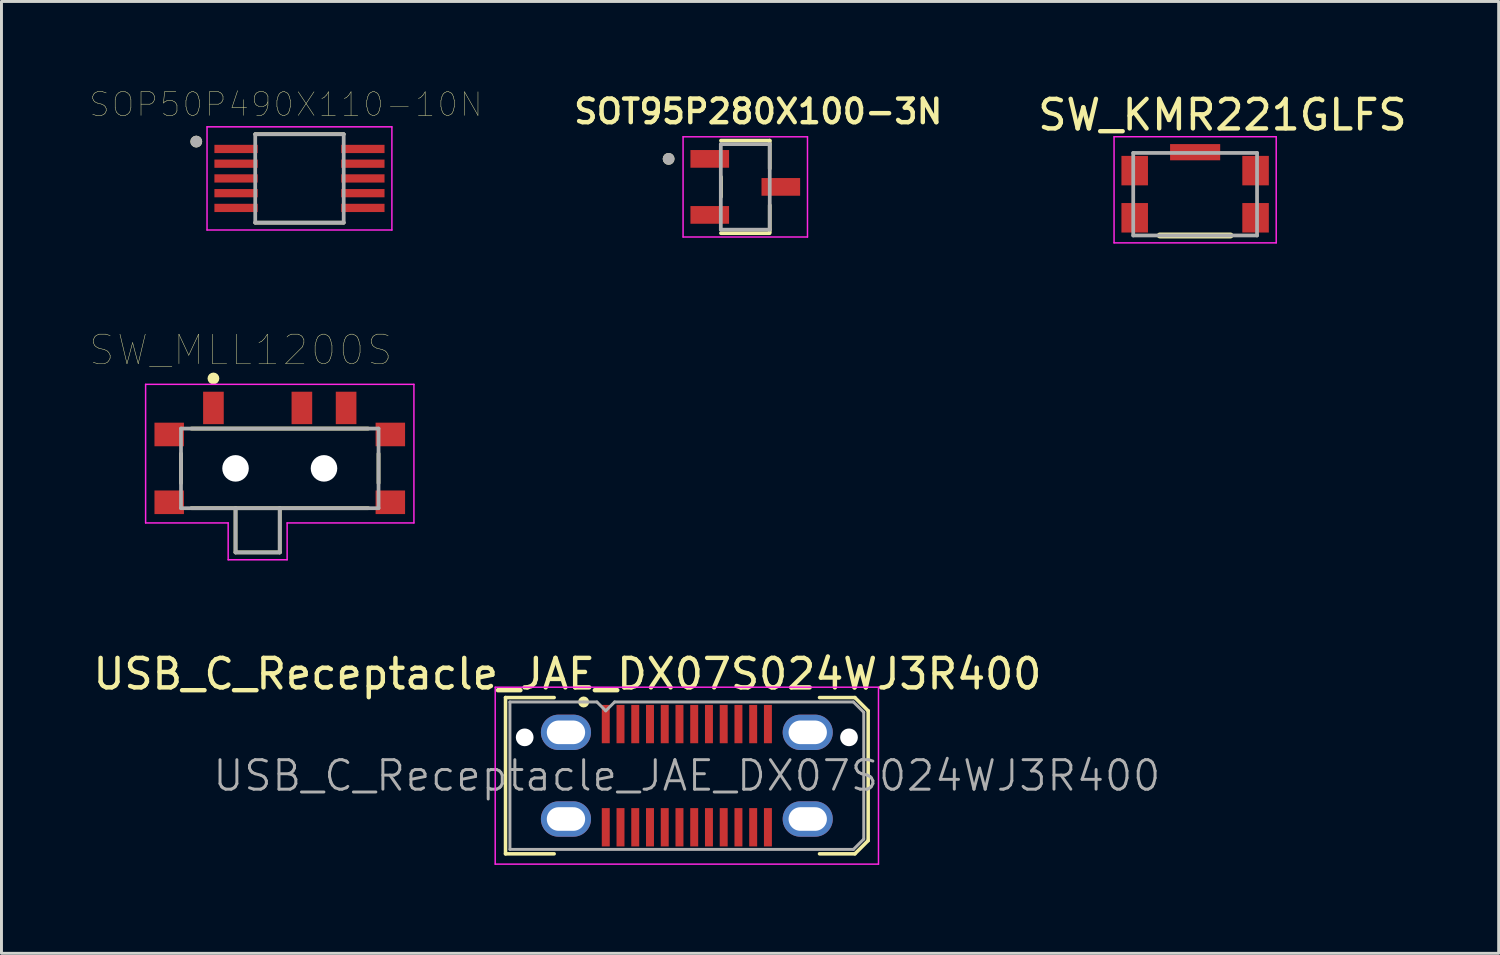
<source format=kicad_pcb>
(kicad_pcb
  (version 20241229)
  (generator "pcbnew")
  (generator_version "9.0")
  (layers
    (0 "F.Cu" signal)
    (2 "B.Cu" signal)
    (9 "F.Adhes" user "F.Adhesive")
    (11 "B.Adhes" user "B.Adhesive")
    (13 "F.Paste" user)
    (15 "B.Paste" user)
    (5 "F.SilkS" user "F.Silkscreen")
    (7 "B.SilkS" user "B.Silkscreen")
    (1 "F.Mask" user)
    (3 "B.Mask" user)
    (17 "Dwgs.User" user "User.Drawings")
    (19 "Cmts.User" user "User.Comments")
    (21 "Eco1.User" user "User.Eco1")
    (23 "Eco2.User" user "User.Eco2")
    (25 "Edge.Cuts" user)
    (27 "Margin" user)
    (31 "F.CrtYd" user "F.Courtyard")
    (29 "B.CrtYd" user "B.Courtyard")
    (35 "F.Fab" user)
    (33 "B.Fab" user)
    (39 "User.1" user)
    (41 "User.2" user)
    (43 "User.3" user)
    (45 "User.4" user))
  (footprint "SOP50P490X110-10N"
    (layer "F.Cu")
    (at 7.107 3.002)
    (property "Reference" "SOP50P490X110-10N" (at -0.46 -2.508 0) (layer "F.SilkS") (effects (font (size 0.8 0.8) (thickness 0.015))))
    (attr through_hole)
    (fp_line (start -1.5 -1.5) (end 1.5 -1.5) (stroke (width 0.127) (type solid)) (layer "F.SilkS"))
    (fp_line (start -1.5 1.5) (end 1.5 1.5) (stroke (width 0.127) (type solid)) (layer "F.SilkS"))
    (fp_circle (center -3.5 -1.25) (end -3.4 -1.25) (stroke (width 0.2) (type solid)) (fill no) (layer "F.SilkS"))
    (fp_line (start -3.135 -1.75) (end -3.135 1.75) (stroke (width 0.05) (type solid)) (layer "F.CrtYd"))
    (fp_line (start -3.135 -1.75) (end 3.135 -1.75) (stroke (width 0.05) (type solid)) (layer "F.CrtYd"))
    (fp_line (start -3.135 1.75) (end 3.135 1.75) (stroke (width 0.05) (type solid)) (layer "F.CrtYd"))
    (fp_line (start 3.135 -1.75) (end 3.135 1.75) (stroke (width 0.05) (type solid)) (layer "F.CrtYd"))
    (fp_line (start -1.5 -1.5) (end -1.5 1.5) (stroke (width 0.127) (type solid)) (layer "F.Fab"))
    (fp_line (start -1.5 -1.5) (end 1.5 -1.5) (stroke (width 0.127) (type solid)) (layer "F.Fab"))
    (fp_line (start -1.5 1.5) (end 1.5 1.5) (stroke (width 0.127) (type solid)) (layer "F.Fab"))
    (fp_line (start 1.5 -1.5) (end 1.5 1.5) (stroke (width 0.127) (type solid)) (layer "F.Fab"))
    (fp_circle (center -3.5 -1.25) (end -3.4 -1.25) (stroke (width 0.2) (type solid)) (fill no) (layer "F.Fab"))
    (pad "1" smd rect (at -2.15 -1) (size 1.47 0.28) (layers "F.Cu" "F.Mask" "F.Paste"))
    (pad "2" smd rect (at -2.15 -0.5) (size 1.47 0.28) (layers "F.Cu" "F.Mask" "F.Paste"))
    (pad "3" smd rect (at -2.15 0) (size 1.47 0.28) (layers "F.Cu" "F.Mask" "F.Paste"))
    (pad "4" smd rect (at -2.15 0.5) (size 1.47 0.28) (layers "F.Cu" "F.Mask" "F.Paste"))
    (pad "5" smd rect (at -2.15 1) (size 1.47 0.28) (layers "F.Cu" "F.Mask" "F.Paste"))
    (pad "6" smd rect (at 2.15 1) (size 1.47 0.28) (layers "F.Cu" "F.Mask" "F.Paste"))
    (pad "7" smd rect (at 2.15 0.5) (size 1.47 0.28) (layers "F.Cu" "F.Mask" "F.Paste"))
    (pad "8" smd rect (at 2.15 0) (size 1.47 0.28) (layers "F.Cu" "F.Mask" "F.Paste"))
    (pad "9" smd rect (at 2.15 -0.5) (size 1.47 0.28) (layers "F.Cu" "F.Mask" "F.Paste"))
    (pad "10" smd rect (at 2.15 -1) (size 1.47 0.28) (layers "F.Cu" "F.Mask" "F.Paste")))
  (footprint "SOT95P280X100-3N"
    (layer "F.Cu")
    (at 22.228 3.289)
    (property "Reference" "SOT95P280X100-3N" (at 0.44 -2.558 0) (layer "F.SilkS") (effects (font (size 0.8 0.8) (thickness 0.15))))
    (attr through_hole)
    (fp_line (start -0.825 -0.337) (end -0.825 0.337) (stroke (width 0.127) (type solid)) (layer "F.SilkS"))
    (fp_line (start -0.825 1.57) (end 0.825 1.57) (stroke (width 0.127) (type solid)) (layer "F.SilkS"))
    (fp_line (start 0.83 -1.57) (end -0.825 -1.57) (stroke (width 0.127) (type solid)) (layer "F.SilkS"))
    (fp_line (start 0.83 -1.57) (end 0.83 -0.62) (stroke (width 0.127) (type solid)) (layer "F.SilkS"))
    (fp_line (start 0.83 0.62) (end 0.83 1.536) (stroke (width 0.127) (type solid)) (layer "F.SilkS"))
    (fp_circle (center -2.6 -0.95) (end -2.5 -0.95) (stroke (width 0.2) (type solid)) (fill no) (layer "F.SilkS"))
    (fp_line (start -2.11 -1.7) (end -2.11 1.7) (stroke (width 0.05) (type solid)) (layer "F.CrtYd"))
    (fp_line (start -2.11 1.7) (end 2.11 1.7) (stroke (width 0.05) (type solid)) (layer "F.CrtYd"))
    (fp_line (start 2.11 -1.7) (end -2.11 -1.7) (stroke (width 0.05) (type solid)) (layer "F.CrtYd"))
    (fp_line (start 2.11 1.7) (end 2.11 -1.7) (stroke (width 0.05) (type solid)) (layer "F.CrtYd"))
    (fp_line (start -0.83 -1.45) (end -0.83 1.45) (stroke (width 0.127) (type solid)) (layer "F.Fab"))
    (fp_line (start -0.83 1.45) (end 0.83 1.45) (stroke (width 0.127) (type solid)) (layer "F.Fab"))
    (fp_line (start 0.83 -1.45) (end -0.83 -1.45) (stroke (width 0.127) (type solid)) (layer "F.Fab"))
    (fp_line (start 0.83 1.45) (end 0.83 -1.45) (stroke (width 0.127) (type solid)) (layer "F.Fab"))
    (fp_circle (center -2.6 -0.95) (end -2.5 -0.95) (stroke (width 0.2) (type solid)) (fill no) (layer "F.Fab"))
    (pad "1" smd rect (at -1.205 -0.95) (size 1.31 0.6) (layers "F.Cu" "F.Mask" "F.Paste"))
    (pad "2" smd rect (at -1.205 0.95) (size 1.31 0.6) (layers "F.Cu" "F.Mask" "F.Paste"))
    (pad "3" smd rect (at 1.205 0) (size 1.31 0.6) (layers "F.Cu" "F.Mask" "F.Paste")))
  (footprint "SW_MLL1200S"
    (layer "F.Cu")
    (at 6.439 12.836)
    (property "Reference" "SW_MLL1200S" (at -1.325 -4.013 0) (layer "F.SilkS") (effects (font (size 1 1) (thickness 0.015))))
    (attr through_hole)
    (fp_line (start -3.35 -0.5) (end -3.35 0.5) (stroke (width 0.127) (type solid)) (layer "F.SilkS"))
    (fp_line (start -3 -1.35) (end 3 -1.35) (stroke (width 0.127) (type solid)) (layer "F.SilkS"))
    (fp_line (start -3 1.35) (end 3 1.35) (stroke (width 0.127) (type solid)) (layer "F.SilkS"))
    (fp_line (start -1.5 1.35) (end -1.5 2.85) (stroke (width 0.127) (type solid)) (layer "F.SilkS"))
    (fp_line (start -1.5 2.85) (end 0 2.85) (stroke (width 0.127) (type solid)) (layer "F.SilkS"))
    (fp_line (start 0 2.85) (end 0 1.35) (stroke (width 0.127) (type solid)) (layer "F.SilkS"))
    (fp_line (start 3.35 -0.5) (end 3.35 0.5) (stroke (width 0.127) (type solid)) (layer "F.SilkS"))
    (fp_circle (center -2.25 -3.05) (end -2.15 -3.05) (stroke (width 0.2) (type solid)) (fill no) (layer "F.SilkS"))
    (fp_line (start -4.55 -2.85) (end -4.55 1.85) (stroke (width 0.05) (type solid)) (layer "F.CrtYd"))
    (fp_line (start -4.55 1.85) (end -1.75 1.85) (stroke (width 0.05) (type solid)) (layer "F.CrtYd"))
    (fp_line (start -1.75 1.85) (end -1.75 3.1) (stroke (width 0.05) (type solid)) (layer "F.CrtYd"))
    (fp_line (start -1.75 3.1) (end 0.25 3.1) (stroke (width 0.05) (type solid)) (layer "F.CrtYd"))
    (fp_line (start 0.25 1.85) (end 4.55 1.85) (stroke (width 0.05) (type solid)) (layer "F.CrtYd"))
    (fp_line (start 0.25 3.1) (end 0.25 1.85) (stroke (width 0.05) (type solid)) (layer "F.CrtYd"))
    (fp_line (start 4.55 -2.85) (end -4.55 -2.85) (stroke (width 0.05) (type solid)) (layer "F.CrtYd"))
    (fp_line (start 4.55 1.85) (end 4.55 -2.85) (stroke (width 0.05) (type solid)) (layer "F.CrtYd"))
    (fp_line (start -3.35 -1.35) (end 3.35 -1.35) (stroke (width 0.127) (type solid)) (layer "F.Fab"))
    (fp_line (start -3.35 1.35) (end -3.35 -1.35) (stroke (width 0.127) (type solid)) (layer "F.Fab"))
    (fp_line (start -1.5 1.35) (end -1.5 2.85) (stroke (width 0.127) (type solid)) (layer "F.Fab"))
    (fp_line (start -1.5 2.85) (end 0 2.85) (stroke (width 0.127) (type solid)) (layer "F.Fab"))
    (fp_line (start 0 2.85) (end 0 1.35) (stroke (width 0.127) (type solid)) (layer "F.Fab"))
    (fp_line (start 3.35 -1.35) (end 3.35 1.35) (stroke (width 0.127) (type solid)) (layer "F.Fab"))
    (fp_line (start 3.35 1.35) (end -3.35 1.35) (stroke (width 0.127) (type solid)) (layer "F.Fab"))
    (pad "" np_thru_hole circle (at -1.5 0) (size 0.9 0.9) (drill 0.9) (layers "*.Cu" "*.Mask"))
    (pad "" np_thru_hole circle (at 1.5 0) (size 0.9 0.9) (drill 0.9) (layers "*.Cu" "*.Mask"))
    (pad "1" smd rect (at -2.25 -2.05) (size 0.7 1.1) (layers "F.Cu" "F.Mask" "F.Paste"))
    (pad "2" smd rect (at 0.75 -2.05) (size 0.7 1.1) (layers "F.Cu" "F.Mask" "F.Paste"))
    (pad "3" smd rect (at 2.25 -2.05) (size 0.7 1.1) (layers "F.Cu" "F.Mask" "F.Paste"))
    (pad "G1" smd rect (at -3.75 -1.15) (size 1 0.8) (layers "F.Cu" "F.Mask" "F.Paste"))
    (pad "G2" smd rect (at 3.75 -1.15) (size 1 0.8) (layers "F.Cu" "F.Mask" "F.Paste"))
    (pad "G3" smd rect (at -3.75 1.15) (size 1 0.8) (layers "F.Cu" "F.Mask" "F.Paste"))
    (pad "G4" smd rect (at 3.75 1.15) (size 1 0.8) (layers "F.Cu" "F.Mask" "F.Paste")))
  (footprint "SW_KMR221GLFS"
    (layer "F.Cu")
    (at 37.486 3.537)
    (property "Reference" "SW_KMR221GLFS" (at 0.926 -2.688 0) (layer "F.SilkS") (effects (font (size 1.001 1.001) (thickness 0.15))))
    (attr through_hole)
    (fp_line (start -1.2 1.4) (end 1.2 1.4) (stroke (width 0.2) (type solid)) (layer "F.SilkS"))
    (fp_line (start -2.75 -1.95) (end 2.75 -1.95) (stroke (width 0.05) (type solid)) (layer "F.CrtYd"))
    (fp_line (start -2.75 1.65) (end -2.75 -1.95) (stroke (width 0.05) (type solid)) (layer "F.CrtYd"))
    (fp_line (start 2.75 -1.95) (end 2.75 1.65) (stroke (width 0.05) (type solid)) (layer "F.CrtYd"))
    (fp_line (start 2.75 1.65) (end -2.75 1.65) (stroke (width 0.05) (type solid)) (layer "F.CrtYd"))
    (fp_line (start -2.1 -1.4) (end 2.1 -1.4) (stroke (width 0.127) (type solid)) (layer "F.Fab"))
    (fp_line (start -2.1 1.4) (end -2.1 -1.4) (stroke (width 0.127) (type solid)) (layer "F.Fab"))
    (fp_line (start 2.1 -1.4) (end 2.1 1.4) (stroke (width 0.127) (type solid)) (layer "F.Fab"))
    (fp_line (start 2.1 1.4) (end -2.1 1.4) (stroke (width 0.127) (type solid)) (layer "F.Fab"))
    (pad "1" smd rect (at -2.05 -0.8) (size 0.9 1) (layers "F.Cu" "F.Mask" "F.Paste"))
    (pad "2" smd rect (at -2.05 0.8) (size 0.9 1) (layers "F.Cu" "F.Mask" "F.Paste"))
    (pad "3" smd rect (at 2.05 0.8) (size 0.9 1) (layers "F.Cu" "F.Mask" "F.Paste"))
    (pad "4" smd rect (at 2.05 -0.8) (size 0.9 1) (layers "F.Cu" "F.Mask" "F.Paste"))
    (pad "5" smd rect (at 0 -1.425) (size 1.7 0.55) (layers "F.Cu" "F.Mask" "F.Paste")))
  (footprint "USB_C_Receptacle_JAE_DX07S024WJ3R400"
    (layer "F.Cu")
    (at 20.246 23.259)
    (property "Reference" "USB_C_Receptacle_JAE_DX07S024WJ3R400" (at -4.05 -3.45 0) (layer "F.SilkS") (effects (font (size 1 1) (thickness 0.15))))
    (attr smd)
    (fp_line (start -6.15 -2.65) (end -6.15 2.65) (stroke (width 0.12) (type solid)) (layer "F.SilkS"))
    (fp_line (start -6.15 -2.65) (end -4.5 -2.65) (stroke (width 0.12) (type solid)) (layer "F.SilkS"))
    (fp_line (start -6.15 2.65) (end -4.5 2.65) (stroke (width 0.12) (type solid)) (layer "F.SilkS"))
    (fp_line (start 4.5 -2.65) (end 5.7 -2.65) (stroke (width 0.12) (type solid)) (layer "F.SilkS"))
    (fp_line (start 4.5 2.65) (end 5.7 2.65) (stroke (width 0.12) (type solid)) (layer "F.SilkS"))
    (fp_line (start 5.7 -2.65) (end 6.15 -2.2) (stroke (width 0.12) (type solid)) (layer "F.SilkS"))
    (fp_line (start 5.7 2.65) (end 6.15 2.2) (stroke (width 0.12) (type solid)) (layer "F.SilkS"))
    (fp_line (start 6.15 -2.2) (end 6.15 2.2) (stroke (width 0.12) (type solid)) (layer "F.SilkS"))
    (fp_circle (center -3.5 -2.5) (end -3.388 -2.5) (stroke (width 0.15) (type solid)) (fill no) (layer "F.SilkS"))
    (fp_line (start -6.5 -3) (end 6.5 -3) (stroke (width 0.05) (type solid)) (layer "F.CrtYd"))
    (fp_line (start -6.5 3) (end -6.5 -3) (stroke (width 0.05) (type solid)) (layer "F.CrtYd"))
    (fp_line (start 6.5 -3) (end 6.5 3) (stroke (width 0.05) (type solid)) (layer "F.CrtYd"))
    (fp_line (start 6.5 3) (end -6.5 3) (stroke (width 0.05) (type solid)) (layer "F.CrtYd"))
    (fp_line (start -6 -2.5) (end -3.05 -2.5) (stroke (width 0.1) (type solid)) (layer "F.Fab"))
    (fp_line (start -6 2.5) (end -6 -2.5) (stroke (width 0.1) (type solid)) (layer "F.Fab"))
    (fp_line (start -6 2.5) (end 5.65 2.5) (stroke (width 0.1) (type solid)) (layer "F.Fab"))
    (fp_line (start -3.05 -2.5) (end -2.75 -2.2) (stroke (width 0.1) (type solid)) (layer "F.Fab"))
    (fp_line (start -2.75 -2.2) (end -2.45 -2.5) (stroke (width 0.1) (type solid)) (layer "F.Fab"))
    (fp_line (start 5.65 -2.5) (end -2.45 -2.5) (stroke (width 0.1) (type solid)) (layer "F.Fab"))
    (fp_line (start 5.65 -2.5) (end 6 -2.15) (stroke (width 0.1) (type solid)) (layer "F.Fab"))
    (fp_line (start 5.65 2.5) (end 6 2.15) (stroke (width 0.1) (type solid)) (layer "F.Fab"))
    (fp_line (start 6 2.15) (end 6 -2.15) (stroke (width 0.1) (type solid)) (layer "F.Fab"))
    (fp_text user "${REFERENCE}" (at 0 0 0) (layer "F.Fab") (effects (font (size 1 1) (thickness 0.1))))
    (pad "" np_thru_hole circle (at -5.5 -1.3) (size 0.6 0.6) (drill 0.6) (layers "*.Cu" "*.Mask"))
    (pad "" np_thru_hole circle (at 5.5 -1.3) (size 0.6 0.6) (drill 0.6) (layers "*.Cu" "*.Mask"))
    (pad "A1" smd rect (at -2.75 -1.75) (size 0.27 1.3) (layers "F.Cu" "F.Mask" "F.Paste"))
    (pad "A2" smd rect (at -2.25 -1.75) (size 0.27 1.3) (layers "F.Cu" "F.Mask" "F.Paste"))
    (pad "A3" smd rect (at -1.75 -1.75) (size 0.27 1.3) (layers "F.Cu" "F.Mask" "F.Paste"))
    (pad "A4" smd rect (at -1.25 -1.75) (size 0.27 1.3) (layers "F.Cu" "F.Mask" "F.Paste"))
    (pad "A5" smd rect (at -0.75 -1.75) (size 0.27 1.3) (layers "F.Cu" "F.Mask" "F.Paste"))
    (pad "A6" smd rect (at -0.25 -1.75) (size 0.27 1.3) (layers "F.Cu" "F.Mask" "F.Paste"))
    (pad "A7" smd rect (at 0.25 -1.75) (size 0.27 1.3) (layers "F.Cu" "F.Mask" "F.Paste"))
    (pad "A8" smd rect (at 0.75 -1.75) (size 0.27 1.3) (layers "F.Cu" "F.Mask" "F.Paste"))
    (pad "A9" smd rect (at 1.25 -1.75) (size 0.27 1.3) (layers "F.Cu" "F.Mask" "F.Paste"))
    (pad "A10" smd rect (at 1.75 -1.75) (size 0.27 1.3) (layers "F.Cu" "F.Mask" "F.Paste"))
    (pad "A11" smd rect (at 2.25 -1.75) (size 0.27 1.3) (layers "F.Cu" "F.Mask" "F.Paste"))
    (pad "A12" smd rect (at 2.75 -1.75) (size 0.27 1.3) (layers "F.Cu" "F.Mask" "F.Paste"))
    (pad "B1" smd rect (at 2.75 1.75) (size 0.27 1.3) (layers "F.Cu" "F.Mask" "F.Paste"))
    (pad "B2" smd rect (at 2.25 1.75) (size 0.27 1.3) (layers "F.Cu" "F.Mask" "F.Paste"))
    (pad "B3" smd rect (at 1.75 1.75) (size 0.27 1.3) (layers "F.Cu" "F.Mask" "F.Paste"))
    (pad "B4" smd rect (at 1.25 1.75) (size 0.27 1.3) (layers "F.Cu" "F.Mask" "F.Paste"))
    (pad "B5" smd rect (at 0.75 1.75) (size 0.27 1.3) (layers "F.Cu" "F.Mask" "F.Paste"))
    (pad "B6" smd rect (at 0.25 1.75) (size 0.27 1.3) (layers "F.Cu" "F.Mask" "F.Paste"))
    (pad "B7" smd rect (at -0.25 1.75) (size 0.27 1.3) (layers "F.Cu" "F.Mask" "F.Paste"))
    (pad "B8" smd rect (at -0.75 1.75) (size 0.27 1.3) (layers "F.Cu" "F.Mask" "F.Paste"))
    (pad "B9" smd rect (at -1.25 1.75) (size 0.27 1.3) (layers "F.Cu" "F.Mask" "F.Paste"))
    (pad "B10" smd rect (at -1.75 1.75) (size 0.27 1.3) (layers "F.Cu" "F.Mask" "F.Paste"))
    (pad "B11" smd rect (at -2.25 1.75) (size 0.27 1.3) (layers "F.Cu" "F.Mask" "F.Paste"))
    (pad "B12" smd rect (at -2.75 1.75) (size 0.27 1.3) (layers "F.Cu" "F.Mask" "F.Paste"))
    (pad "S1" thru_hole oval (at -4.1 -1.47 90) (size 1.2 1.7) (drill oval 0.8 1.3) (layers "*.Cu" "*.Mask"))
    (pad "S1" thru_hole oval (at -4.1 1.47 90) (size 1.2 1.7) (drill oval 0.8 1.3) (layers "*.Cu" "*.Mask"))
    (pad "S1" thru_hole oval (at 4.1 -1.47 90) (size 1.2 1.7) (drill oval 0.8 1.3) (layers "*.Cu" "*.Mask"))
    (pad "S1" thru_hole oval (at 4.1 1.47 90) (size 1.2 1.7) (drill oval 0.8 1.3) (layers "*.Cu" "*.Mask")))
  (gr_rect
    (start -3 -3)
    (end 47.781 29.284)
    (stroke (width 0.1) (type default))
    (fill no)
    (layer "Edge.Cuts")))
</source>
